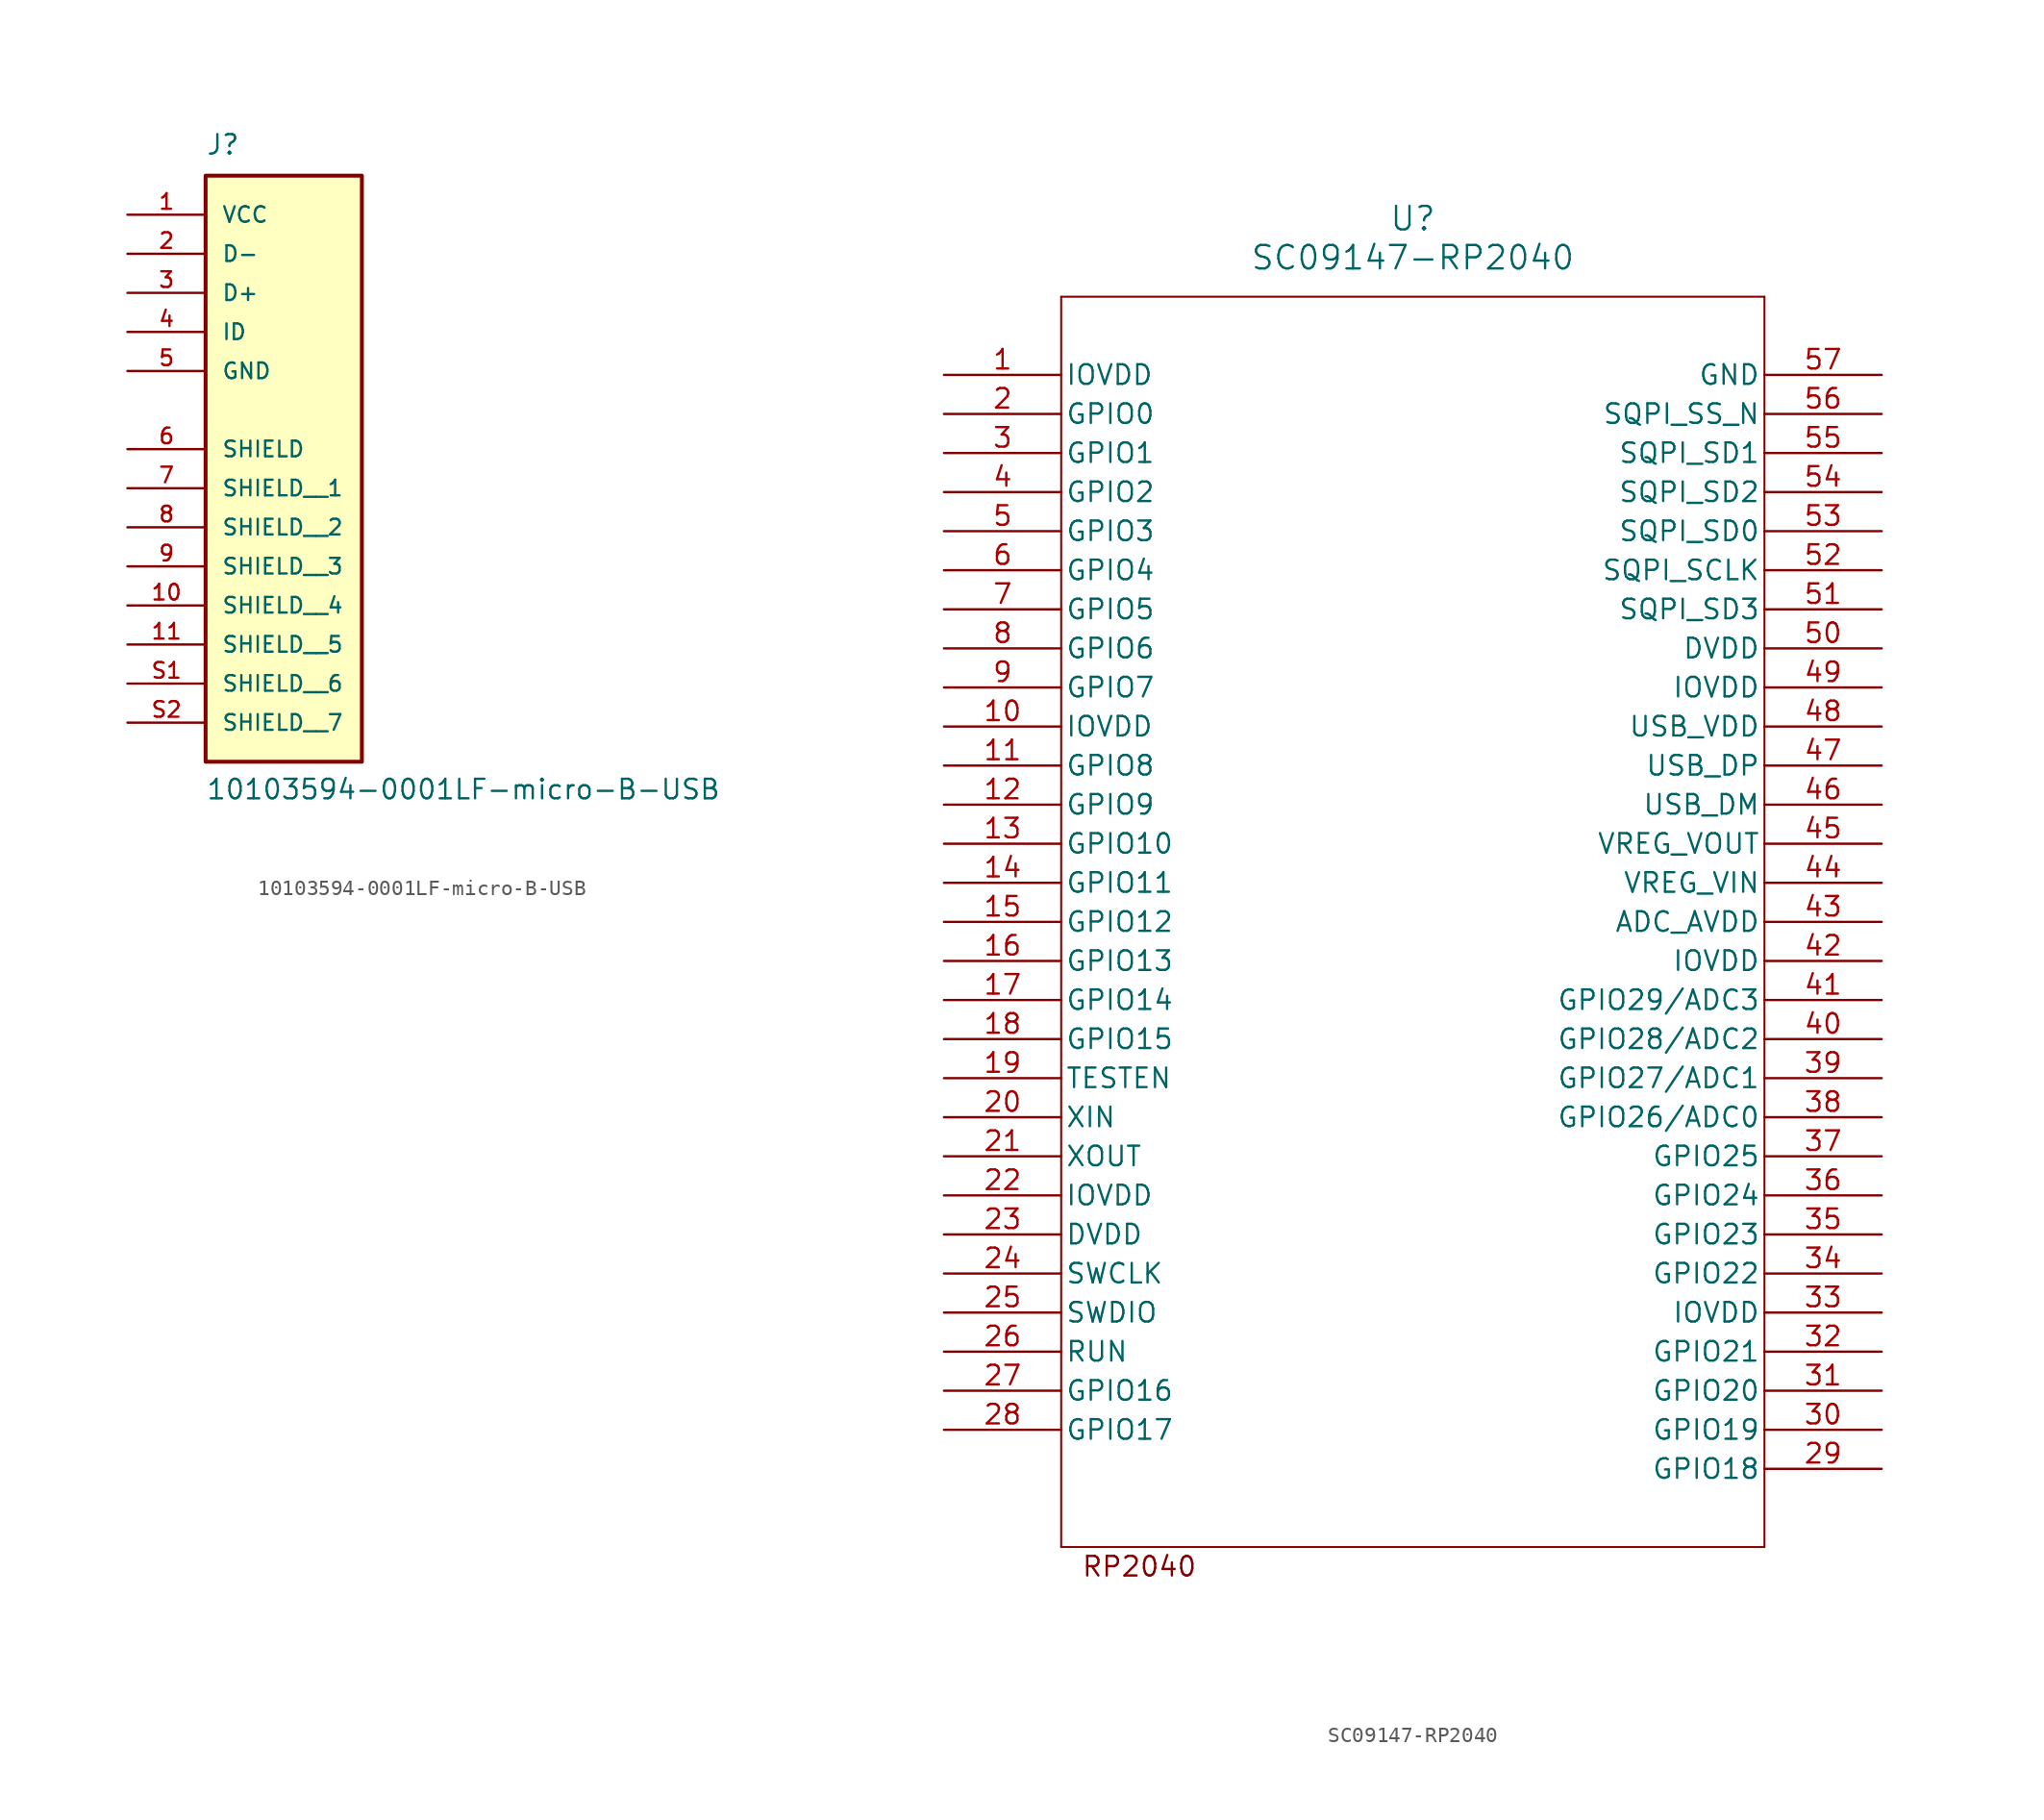
<source format=kicad_sym>
(kicad_symbol_lib
  (version 20231120)
  (generator "kicad_symbol_editor")
  (generator_version "8.0")
  (symbol "10103594-0001LF-micro-B-USB"
    (pin_names
      (offset 1.016))
    (property "Reference" "J"
      (at -5.08 11.43 0)
      (effects (font (size 1.27 1.27)) (justify left bottom)))
    (property "Value" "10103594-0001LF-micro-B-USB"
      (at -5.08 -30.48 0)
      (effects (font (size 1.27 1.27)) (justify left bottom)))
    (symbol "10103594-0001LF-micro-B-USB_0_0"
      (rectangle (start -5.08 -27.94) (end 5.08 10.16) (stroke (width 0.254) (type default)) (fill (type background)))
      (pin power_in line (at -10.16 7.62 0) (length 5.08) (name "VCC" (effects (font (size 1.016 1.016)))) (number "1" (effects (font (size 1.016 1.016)))))
      (pin passive line (at -10.16 -17.78 0) (length 5.08) (name "SHIELD__4" (effects (font (size 1.016 1.016)))) (number "10" (effects (font (size 1.016 1.016)))))
      (pin passive line (at -10.16 -20.32 0) (length 5.08) (name "SHIELD__5" (effects (font (size 1.016 1.016)))) (number "11" (effects (font (size 1.016 1.016)))))
      (pin bidirectional line (at -10.16 5.08 0) (length 5.08) (name "D-" (effects (font (size 1.016 1.016)))) (number "2" (effects (font (size 1.016 1.016)))))
      (pin bidirectional line (at -10.16 2.54 0) (length 5.08) (name "D+" (effects (font (size 1.016 1.016)))) (number "3" (effects (font (size 1.016 1.016)))))
      (pin bidirectional line (at -10.16 0 0) (length 5.08) (name "ID" (effects (font (size 1.016 1.016)))) (number "4" (effects (font (size 1.016 1.016)))))
      (pin power_in line (at -10.16 -2.54 0) (length 5.08) (name "GND" (effects (font (size 1.016 1.016)))) (number "5" (effects (font (size 1.016 1.016)))))
      (pin passive line (at -10.16 -7.62 0) (length 5.08) (name "SHIELD" (effects (font (size 1.016 1.016)))) (number "6" (effects (font (size 1.016 1.016)))))
      (pin passive line (at -10.16 -10.16 0) (length 5.08) (name "SHIELD__1" (effects (font (size 1.016 1.016)))) (number "7" (effects (font (size 1.016 1.016)))))
      (pin passive line (at -10.16 -12.7 0) (length 5.08) (name "SHIELD__2" (effects (font (size 1.016 1.016)))) (number "8" (effects (font (size 1.016 1.016)))))
      (pin passive line (at -10.16 -15.24 0) (length 5.08) (name "SHIELD__3" (effects (font (size 1.016 1.016)))) (number "9" (effects (font (size 1.016 1.016)))))
      (pin passive line (at -10.16 -22.86 0) (length 5.08) (name "SHIELD__6" (effects (font (size 1.016 1.016)))) (number "S1" (effects (font (size 1.016 1.016)))))
      (pin passive line (at -10.16 -25.4 0) (length 5.08) (name "SHIELD__7" (effects (font (size 1.016 1.016)))) (number "S2" (effects (font (size 1.016 1.016)))))))
  (symbol "SC09147-RP2040"
    (pin_names
      (offset 0.254))
    (property "Reference" "U"
      (at 30.48 10.16 0)
      (effects (font (size 1.524 1.524))))
    (property "Value" "SC09147-RP2040"
      (at 30.48 7.62 0)
      (effects (font (size 1.524 1.524))))
    (property "ki_locked" ""
      (at 0 0 0)
      (effects (font (size 1.27 1.27))))
    (symbol "SC09147-RP2040_0_1"
      (polyline (pts (xy 7.62 -76.2) (xy 53.34 -76.2)) (stroke (width 0.127) (type default)) (fill (type none)))
      (polyline (pts (xy 7.62 5.08) (xy 7.62 -76.2)) (stroke (width 0.127) (type default)) (fill (type none)))
      (polyline (pts (xy 53.34 -76.2) (xy 53.34 5.08)) (stroke (width 0.127) (type default)) (fill (type none)))
      (polyline (pts (xy 53.34 5.08) (xy 7.62 5.08)) (stroke (width 0.127) (type default)) (fill (type none)))
      (pin power_in line (at 0 0 0) (length 7.62) (name "IOVDD" (effects (font (size 1.27 1.27)))) (number "1" (effects (font (size 1.27 1.27)))))
      (pin power_in line (at 0 -22.86 0) (length 7.62) (name "IOVDD" (effects (font (size 1.27 1.27)))) (number "10" (effects (font (size 1.27 1.27)))))
      (pin bidirectional line (at 0 -25.4 0) (length 7.62) (name "GPIO8" (effects (font (size 1.27 1.27)))) (number "11" (effects (font (size 1.27 1.27)))))
      (pin bidirectional line (at 0 -27.94 0) (length 7.62) (name "GPIO9" (effects (font (size 1.27 1.27)))) (number "12" (effects (font (size 1.27 1.27)))))
      (pin bidirectional line (at 0 -30.48 0) (length 7.62) (name "GPIO10" (effects (font (size 1.27 1.27)))) (number "13" (effects (font (size 1.27 1.27)))))
      (pin bidirectional line (at 0 -33.02 0) (length 7.62) (name "GPIO11" (effects (font (size 1.27 1.27)))) (number "14" (effects (font (size 1.27 1.27)))))
      (pin bidirectional line (at 0 -35.56 0) (length 7.62) (name "GPIO12" (effects (font (size 1.27 1.27)))) (number "15" (effects (font (size 1.27 1.27)))))
      (pin bidirectional line (at 0 -38.1 0) (length 7.62) (name "GPIO13" (effects (font (size 1.27 1.27)))) (number "16" (effects (font (size 1.27 1.27)))))
      (pin bidirectional line (at 0 -40.64 0) (length 7.62) (name "GPIO14" (effects (font (size 1.27 1.27)))) (number "17" (effects (font (size 1.27 1.27)))))
      (pin bidirectional line (at 0 -43.18 0) (length 7.62) (name "GPIO15" (effects (font (size 1.27 1.27)))) (number "18" (effects (font (size 1.27 1.27)))))
      (pin input line (at 0 -45.72 0) (length 7.62) (name "TESTEN" (effects (font (size 1.27 1.27)))) (number "19" (effects (font (size 1.27 1.27)))))
      (pin bidirectional line (at 0 -2.54 0) (length 7.62) (name "GPIO0" (effects (font (size 1.27 1.27)))) (number "2" (effects (font (size 1.27 1.27)))))
      (pin input line (at 0 -48.26 0) (length 7.62) (name "XIN" (effects (font (size 1.27 1.27)))) (number "20" (effects (font (size 1.27 1.27)))))
      (pin output line (at 0 -50.8 0) (length 7.62) (name "XOUT" (effects (font (size 1.27 1.27)))) (number "21" (effects (font (size 1.27 1.27)))))
      (pin power_in line (at 0 -53.34 0) (length 7.62) (name "IOVDD" (effects (font (size 1.27 1.27)))) (number "22" (effects (font (size 1.27 1.27)))))
      (pin power_in line (at 0 -55.88 0) (length 7.62) (name "DVDD" (effects (font (size 1.27 1.27)))) (number "23" (effects (font (size 1.27 1.27)))))
      (pin input line (at 0 -58.42 0) (length 7.62) (name "SWCLK" (effects (font (size 1.27 1.27)))) (number "24" (effects (font (size 1.27 1.27)))))
      (pin bidirectional line (at 0 -60.96 0) (length 7.62) (name "SWDIO" (effects (font (size 1.27 1.27)))) (number "25" (effects (font (size 1.27 1.27)))))
      (pin input line (at 0 -63.5 0) (length 7.62) (name "RUN" (effects (font (size 1.27 1.27)))) (number "26" (effects (font (size 1.27 1.27)))))
      (pin bidirectional line (at 0 -66.04 0) (length 7.62) (name "GPIO16" (effects (font (size 1.27 1.27)))) (number "27" (effects (font (size 1.27 1.27)))))
      (pin bidirectional line (at 0 -68.58 0) (length 7.62) (name "GPIO17" (effects (font (size 1.27 1.27)))) (number "28" (effects (font (size 1.27 1.27)))))
      (pin bidirectional line (at 60.96 -71.12 180) (length 7.62) (name "GPIO18" (effects (font (size 1.27 1.27)))) (number "29" (effects (font (size 1.27 1.27)))))
      (pin bidirectional line (at 0 -5.08 0) (length 7.62) (name "GPIO1" (effects (font (size 1.27 1.27)))) (number "3" (effects (font (size 1.27 1.27)))))
      (pin bidirectional line (at 60.96 -68.58 180) (length 7.62) (name "GPIO19" (effects (font (size 1.27 1.27)))) (number "30" (effects (font (size 1.27 1.27)))))
      (pin bidirectional line (at 60.96 -66.04 180) (length 7.62) (name "GPIO20" (effects (font (size 1.27 1.27)))) (number "31" (effects (font (size 1.27 1.27)))))
      (pin bidirectional line (at 60.96 -63.5 180) (length 7.62) (name "GPIO21" (effects (font (size 1.27 1.27)))) (number "32" (effects (font (size 1.27 1.27)))))
      (pin power_in line (at 60.96 -60.96 180) (length 7.62) (name "IOVDD" (effects (font (size 1.27 1.27)))) (number "33" (effects (font (size 1.27 1.27)))))
      (pin bidirectional line (at 60.96 -58.42 180) (length 7.62) (name "GPIO22" (effects (font (size 1.27 1.27)))) (number "34" (effects (font (size 1.27 1.27)))))
      (pin bidirectional line (at 60.96 -55.88 180) (length 7.62) (name "GPIO23" (effects (font (size 1.27 1.27)))) (number "35" (effects (font (size 1.27 1.27)))))
      (pin bidirectional line (at 60.96 -53.34 180) (length 7.62) (name "GPIO24" (effects (font (size 1.27 1.27)))) (number "36" (effects (font (size 1.27 1.27)))))
      (pin bidirectional line (at 60.96 -50.8 180) (length 7.62) (name "GPIO25" (effects (font (size 1.27 1.27)))) (number "37" (effects (font (size 1.27 1.27)))))
      (pin bidirectional line (at 60.96 -48.26 180) (length 7.62) (name "GPIO26/ADC0" (effects (font (size 1.27 1.27)))) (number "38" (effects (font (size 1.27 1.27)))))
      (pin bidirectional line (at 60.96 -45.72 180) (length 7.62) (name "GPIO27/ADC1" (effects (font (size 1.27 1.27)))) (number "39" (effects (font (size 1.27 1.27)))))
      (pin bidirectional line (at 0 -7.62 0) (length 7.62) (name "GPIO2" (effects (font (size 1.27 1.27)))) (number "4" (effects (font (size 1.27 1.27)))))
      (pin bidirectional line (at 60.96 -43.18 180) (length 7.62) (name "GPIO28/ADC2" (effects (font (size 1.27 1.27)))) (number "40" (effects (font (size 1.27 1.27)))))
      (pin bidirectional line (at 60.96 -40.64 180) (length 7.62) (name "GPIO29/ADC3" (effects (font (size 1.27 1.27)))) (number "41" (effects (font (size 1.27 1.27)))))
      (pin power_in line (at 60.96 -38.1 180) (length 7.62) (name "IOVDD" (effects (font (size 1.27 1.27)))) (number "42" (effects (font (size 1.27 1.27)))))
      (pin power_in line (at 60.96 -35.56 180) (length 7.62) (name "ADC_AVDD" (effects (font (size 1.27 1.27)))) (number "43" (effects (font (size 1.27 1.27)))))
      (pin power_in line (at 60.96 -33.02 180) (length 7.62) (name "VREG_VIN" (effects (font (size 1.27 1.27)))) (number "44" (effects (font (size 1.27 1.27)))))
      (pin power_in line (at 60.96 -30.48 180) (length 7.62) (name "VREG_VOUT" (effects (font (size 1.27 1.27)))) (number "45" (effects (font (size 1.27 1.27)))))
      (pin bidirectional line (at 60.96 -27.94 180) (length 7.62) (name "USB_DM" (effects (font (size 1.27 1.27)))) (number "46" (effects (font (size 1.27 1.27)))))
      (pin bidirectional line (at 60.96 -25.4 180) (length 7.62) (name "USB_DP" (effects (font (size 1.27 1.27)))) (number "47" (effects (font (size 1.27 1.27)))))
      (pin power_in line (at 60.96 -22.86 180) (length 7.62) (name "USB_VDD" (effects (font (size 1.27 1.27)))) (number "48" (effects (font (size 1.27 1.27)))))
      (pin power_in line (at 60.96 -20.32 180) (length 7.62) (name "IOVDD" (effects (font (size 1.27 1.27)))) (number "49" (effects (font (size 1.27 1.27)))))
      (pin bidirectional line (at 0 -10.16 0) (length 7.62) (name "GPIO3" (effects (font (size 1.27 1.27)))) (number "5" (effects (font (size 1.27 1.27)))))
      (pin power_in line (at 60.96 -17.78 180) (length 7.62) (name "DVDD" (effects (font (size 1.27 1.27)))) (number "50" (effects (font (size 1.27 1.27)))))
      (pin bidirectional line (at 60.96 -15.24 180) (length 7.62) (name "SQPI_SD3" (effects (font (size 1.27 1.27)))) (number "51" (effects (font (size 1.27 1.27)))))
      (pin bidirectional line (at 60.96 -12.7 180) (length 7.62) (name "SQPI_SCLK" (effects (font (size 1.27 1.27)))) (number "52" (effects (font (size 1.27 1.27)))))
      (pin bidirectional line (at 60.96 -10.16 180) (length 7.62) (name "SQPI_SD0" (effects (font (size 1.27 1.27)))) (number "53" (effects (font (size 1.27 1.27)))))
      (pin bidirectional line (at 60.96 -7.62 180) (length 7.62) (name "SQPI_SD2" (effects (font (size 1.27 1.27)))) (number "54" (effects (font (size 1.27 1.27)))))
      (pin bidirectional line (at 60.96 -5.08 180) (length 7.62) (name "SQPI_SD1" (effects (font (size 1.27 1.27)))) (number "55" (effects (font (size 1.27 1.27)))))
      (pin bidirectional line (at 60.96 -2.54 180) (length 7.62) (name "SQPI_SS_N" (effects (font (size 1.27 1.27)))) (number "56" (effects (font (size 1.27 1.27)))))
      (pin power_out line (at 60.96 0 180) (length 7.62) (name "GND" (effects (font (size 1.27 1.27)))) (number "57" (effects (font (size 1.27 1.27)))))
      (pin bidirectional line (at 0 -12.7 0) (length 7.62) (name "GPIO4" (effects (font (size 1.27 1.27)))) (number "6" (effects (font (size 1.27 1.27)))))
      (pin bidirectional line (at 0 -15.24 0) (length 7.62) (name "GPIO5" (effects (font (size 1.27 1.27)))) (number "7" (effects (font (size 1.27 1.27)))))
      (pin bidirectional line (at 0 -17.78 0) (length 7.62) (name "GPIO6" (effects (font (size 1.27 1.27)))) (number "8" (effects (font (size 1.27 1.27)))))
      (pin bidirectional line (at 0 -20.32 0) (length 7.62) (name "GPIO7" (effects (font (size 1.27 1.27)))) (number "9" (effects (font (size 1.27 1.27))))))
    (symbol "SC09147-RP2040_1_1"
      (text "RP2040" (at 12.7 -77.47 0) (effects (font (size 1.27 1.27)))))))
</source>
